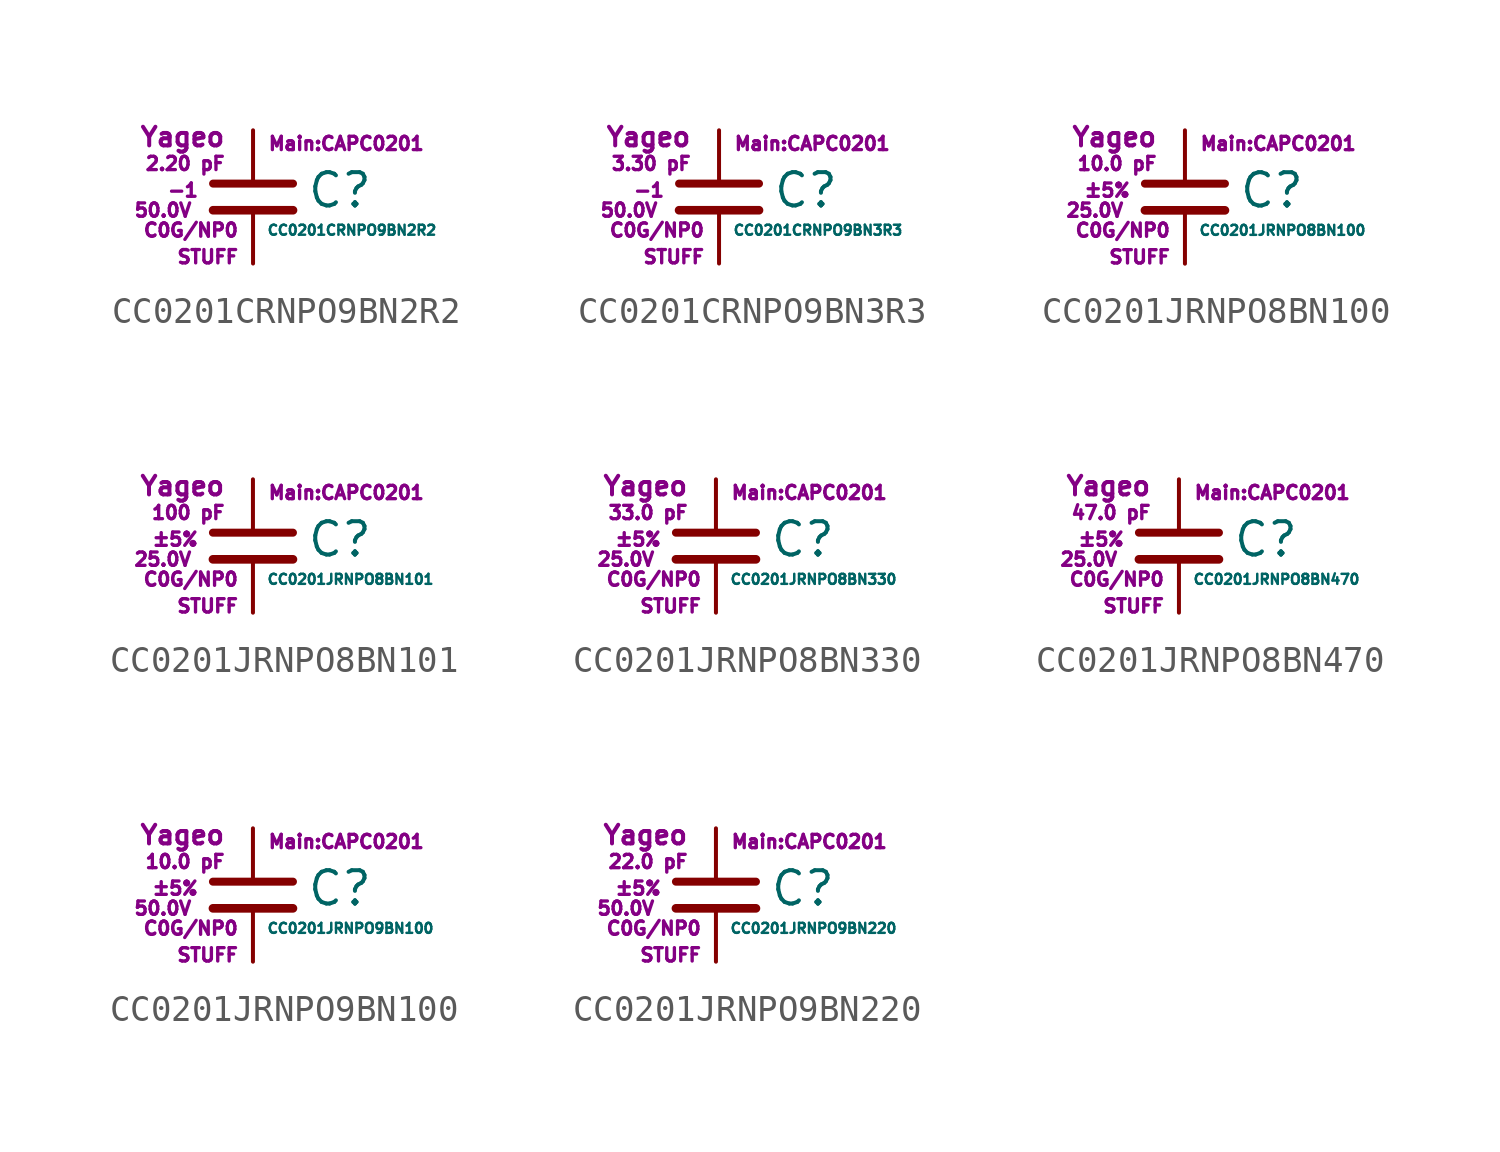
<source format=kicad_sym>
(kicad_symbol_lib
  (version 20211014)
  (generator kicad_symbol_editor)
  (symbol "CC0201CRNPO9BN2R2"
    (pin_numbers hide)
    (pin_names
      (offset 0.254) hide)
    (property "Reference" "C"
      (at 2.032 0.254 0)
      (effects (font (size 1.27 1.27)) (justify left)))
    (property "Value" "CC0201CRNPO9BN2R2"
      (at 0.508 -1.27 0)
      (effects (font (size 0.381 0.381)) (justify left)))
    (property "Footprint" "Main:CAPC0201"
      (at 3.556 2.032 0)
      (effects (font (size 0.508 0.508))))
    (property "Datasheet" ""
      (at 0.762 0.508 0)
      (effects (font (size 1.27 1.27))))
    (property "Manufacturer" "Yageo"
      (at -1.016 2.286 0)
      (effects (font (size 0.711 0.711)) (justify right)))
    (property "SKU" "STUFF"
      (at -0.508 -2.286 0)
      (effects (font (size 0.508 0.508)) (justify right)))
    (property "C" "2.20 pF"
      (at -1.016 1.27 0)
      (effects (font (size 0.508 0.508)) (justify right)))
    (property "Tol" "-1"
      (at -2.032 0.254 0)
      (effects (font (size 0.508 0.508)) (justify right)))
    (property "Vmax" "50.0V"
      (at -2.286 -0.508 0)
      (effects (font (size 0.508 0.508)) (justify right)))
    (property "Type" "C0G/NP0"
      (at -0.508 -1.27 0)
      (effects (font (size 0.508 0.508)) (justify right)))
    (symbol "CC0201CRNPO9BN2R2_0_1"
      (polyline (pts (xy -1.524 -0.508) (xy 1.524 -0.508)) (stroke (width 0.33) (type default) (color 0 0 0 0)) (fill (type none)))
      (polyline (pts (xy -1.524 0.508) (xy 1.524 0.508)) (stroke (width 0.305) (type default) (color 0 0 0 0)) (fill (type none))))
    (symbol "CC0201CRNPO9BN2R2_1_1"
      (pin passive line (at 0 2.54 270) (length 1.905) (name "~" (effects (font (size 1.016 1.016)))) (number "1" (effects (font (size 1.016 1.016)))))
      (pin passive line (at 0 -2.54 90) (length 2.032) (name "~" (effects (font (size 1.016 1.016)))) (number "2" (effects (font (size 1.016 1.016)))))))
  (symbol "CC0201CRNPO9BN3R3"
    (pin_numbers hide)
    (pin_names
      (offset 0.254) hide)
    (property "Reference" "C"
      (at 2.032 0.254 0)
      (effects (font (size 1.27 1.27)) (justify left)))
    (property "Value" "CC0201CRNPO9BN3R3"
      (at 0.508 -1.27 0)
      (effects (font (size 0.381 0.381)) (justify left)))
    (property "Footprint" "Main:CAPC0201"
      (at 3.556 2.032 0)
      (effects (font (size 0.508 0.508))))
    (property "Datasheet" ""
      (at 0.762 0.508 0)
      (effects (font (size 1.27 1.27))))
    (property "Manufacturer" "Yageo"
      (at -1.016 2.286 0)
      (effects (font (size 0.711 0.711)) (justify right)))
    (property "SKU" "STUFF"
      (at -0.508 -2.286 0)
      (effects (font (size 0.508 0.508)) (justify right)))
    (property "C" "3.30 pF"
      (at -1.016 1.27 0)
      (effects (font (size 0.508 0.508)) (justify right)))
    (property "Tol" "-1"
      (at -2.032 0.254 0)
      (effects (font (size 0.508 0.508)) (justify right)))
    (property "Vmax" "50.0V"
      (at -2.286 -0.508 0)
      (effects (font (size 0.508 0.508)) (justify right)))
    (property "Type" "C0G/NP0"
      (at -0.508 -1.27 0)
      (effects (font (size 0.508 0.508)) (justify right)))
    (symbol "CC0201CRNPO9BN3R3_0_1"
      (polyline (pts (xy -1.524 -0.508) (xy 1.524 -0.508)) (stroke (width 0.33) (type default) (color 0 0 0 0)) (fill (type none)))
      (polyline (pts (xy -1.524 0.508) (xy 1.524 0.508)) (stroke (width 0.305) (type default) (color 0 0 0 0)) (fill (type none))))
    (symbol "CC0201CRNPO9BN3R3_1_1"
      (pin passive line (at 0 2.54 270) (length 1.905) (name "~" (effects (font (size 1.016 1.016)))) (number "1" (effects (font (size 1.016 1.016)))))
      (pin passive line (at 0 -2.54 90) (length 2.032) (name "~" (effects (font (size 1.016 1.016)))) (number "2" (effects (font (size 1.016 1.016)))))))
  (symbol "CC0201JRNPO8BN100"
    (pin_numbers hide)
    (pin_names
      (offset 0.254) hide)
    (property "Reference" "C"
      (at 2.032 0.254 0)
      (effects (font (size 1.27 1.27)) (justify left)))
    (property "Value" "CC0201JRNPO8BN100"
      (at 0.508 -1.27 0)
      (effects (font (size 0.381 0.381)) (justify left)))
    (property "Footprint" "Main:CAPC0201"
      (at 3.556 2.032 0)
      (effects (font (size 0.508 0.508))))
    (property "Datasheet" ""
      (at 0.762 0.508 0)
      (effects (font (size 1.27 1.27))))
    (property "Manufacturer" "Yageo"
      (at -1.016 2.286 0)
      (effects (font (size 0.711 0.711)) (justify right)))
    (property "SKU" "STUFF"
      (at -0.508 -2.286 0)
      (effects (font (size 0.508 0.508)) (justify right)))
    (property "C" "10.0 pF"
      (at -1.016 1.27 0)
      (effects (font (size 0.508 0.508)) (justify right)))
    (property "Tol" "±5%"
      (at -2.032 0.254 0)
      (effects (font (size 0.508 0.508)) (justify right)))
    (property "Vmax" "25.0V"
      (at -2.286 -0.508 0)
      (effects (font (size 0.508 0.508)) (justify right)))
    (property "Type" "C0G/NP0"
      (at -0.508 -1.27 0)
      (effects (font (size 0.508 0.508)) (justify right)))
    (symbol "CC0201JRNPO8BN100_0_1"
      (polyline (pts (xy -1.524 -0.508) (xy 1.524 -0.508)) (stroke (width 0.33) (type default) (color 0 0 0 0)) (fill (type none)))
      (polyline (pts (xy -1.524 0.508) (xy 1.524 0.508)) (stroke (width 0.305) (type default) (color 0 0 0 0)) (fill (type none))))
    (symbol "CC0201JRNPO8BN100_1_1"
      (pin passive line (at 0 2.54 270) (length 1.905) (name "~" (effects (font (size 1.016 1.016)))) (number "1" (effects (font (size 1.016 1.016)))))
      (pin passive line (at 0 -2.54 90) (length 2.032) (name "~" (effects (font (size 1.016 1.016)))) (number "2" (effects (font (size 1.016 1.016)))))))
  (symbol "CC0201JRNPO8BN101"
    (pin_numbers hide)
    (pin_names
      (offset 0.254) hide)
    (property "Reference" "C"
      (at 2.032 0.254 0)
      (effects (font (size 1.27 1.27)) (justify left)))
    (property "Value" "CC0201JRNPO8BN101"
      (at 0.508 -1.27 0)
      (effects (font (size 0.381 0.381)) (justify left)))
    (property "Footprint" "Main:CAPC0201"
      (at 3.556 2.032 0)
      (effects (font (size 0.508 0.508))))
    (property "Datasheet" ""
      (at 0.762 0.508 0)
      (effects (font (size 1.27 1.27))))
    (property "Manufacturer" "Yageo"
      (at -1.016 2.286 0)
      (effects (font (size 0.711 0.711)) (justify right)))
    (property "SKU" "STUFF"
      (at -0.508 -2.286 0)
      (effects (font (size 0.508 0.508)) (justify right)))
    (property "C" "100 pF"
      (at -1.016 1.27 0)
      (effects (font (size 0.508 0.508)) (justify right)))
    (property "Tol" "±5%"
      (at -2.032 0.254 0)
      (effects (font (size 0.508 0.508)) (justify right)))
    (property "Vmax" "25.0V"
      (at -2.286 -0.508 0)
      (effects (font (size 0.508 0.508)) (justify right)))
    (property "Type" "C0G/NP0"
      (at -0.508 -1.27 0)
      (effects (font (size 0.508 0.508)) (justify right)))
    (symbol "CC0201JRNPO8BN101_0_1"
      (polyline (pts (xy -1.524 -0.508) (xy 1.524 -0.508)) (stroke (width 0.33) (type default) (color 0 0 0 0)) (fill (type none)))
      (polyline (pts (xy -1.524 0.508) (xy 1.524 0.508)) (stroke (width 0.305) (type default) (color 0 0 0 0)) (fill (type none))))
    (symbol "CC0201JRNPO8BN101_1_1"
      (pin passive line (at 0 2.54 270) (length 1.905) (name "~" (effects (font (size 1.016 1.016)))) (number "1" (effects (font (size 1.016 1.016)))))
      (pin passive line (at 0 -2.54 90) (length 2.032) (name "~" (effects (font (size 1.016 1.016)))) (number "2" (effects (font (size 1.016 1.016)))))))
  (symbol "CC0201JRNPO8BN330"
    (pin_numbers hide)
    (pin_names
      (offset 0.254) hide)
    (property "Reference" "C"
      (at 2.032 0.254 0)
      (effects (font (size 1.27 1.27)) (justify left)))
    (property "Value" "CC0201JRNPO8BN330"
      (at 0.508 -1.27 0)
      (effects (font (size 0.381 0.381)) (justify left)))
    (property "Footprint" "Main:CAPC0201"
      (at 3.556 2.032 0)
      (effects (font (size 0.508 0.508))))
    (property "Datasheet" ""
      (at 0.762 0.508 0)
      (effects (font (size 1.27 1.27))))
    (property "Manufacturer" "Yageo"
      (at -1.016 2.286 0)
      (effects (font (size 0.711 0.711)) (justify right)))
    (property "SKU" "STUFF"
      (at -0.508 -2.286 0)
      (effects (font (size 0.508 0.508)) (justify right)))
    (property "C" "33.0 pF"
      (at -1.016 1.27 0)
      (effects (font (size 0.508 0.508)) (justify right)))
    (property "Tol" "±5%"
      (at -2.032 0.254 0)
      (effects (font (size 0.508 0.508)) (justify right)))
    (property "Vmax" "25.0V"
      (at -2.286 -0.508 0)
      (effects (font (size 0.508 0.508)) (justify right)))
    (property "Type" "C0G/NP0"
      (at -0.508 -1.27 0)
      (effects (font (size 0.508 0.508)) (justify right)))
    (symbol "CC0201JRNPO8BN330_0_1"
      (polyline (pts (xy -1.524 -0.508) (xy 1.524 -0.508)) (stroke (width 0.33) (type default) (color 0 0 0 0)) (fill (type none)))
      (polyline (pts (xy -1.524 0.508) (xy 1.524 0.508)) (stroke (width 0.305) (type default) (color 0 0 0 0)) (fill (type none))))
    (symbol "CC0201JRNPO8BN330_1_1"
      (pin passive line (at 0 2.54 270) (length 1.905) (name "~" (effects (font (size 1.016 1.016)))) (number "1" (effects (font (size 1.016 1.016)))))
      (pin passive line (at 0 -2.54 90) (length 2.032) (name "~" (effects (font (size 1.016 1.016)))) (number "2" (effects (font (size 1.016 1.016)))))))
  (symbol "CC0201JRNPO8BN470"
    (pin_numbers hide)
    (pin_names
      (offset 0.254) hide)
    (property "Reference" "C"
      (at 2.032 0.254 0)
      (effects (font (size 1.27 1.27)) (justify left)))
    (property "Value" "CC0201JRNPO8BN470"
      (at 0.508 -1.27 0)
      (effects (font (size 0.381 0.381)) (justify left)))
    (property "Footprint" "Main:CAPC0201"
      (at 3.556 2.032 0)
      (effects (font (size 0.508 0.508))))
    (property "Datasheet" ""
      (at 0.762 0.508 0)
      (effects (font (size 1.27 1.27))))
    (property "Manufacturer" "Yageo"
      (at -1.016 2.286 0)
      (effects (font (size 0.711 0.711)) (justify right)))
    (property "SKU" "STUFF"
      (at -0.508 -2.286 0)
      (effects (font (size 0.508 0.508)) (justify right)))
    (property "C" "47.0 pF"
      (at -1.016 1.27 0)
      (effects (font (size 0.508 0.508)) (justify right)))
    (property "Tol" "±5%"
      (at -2.032 0.254 0)
      (effects (font (size 0.508 0.508)) (justify right)))
    (property "Vmax" "25.0V"
      (at -2.286 -0.508 0)
      (effects (font (size 0.508 0.508)) (justify right)))
    (property "Type" "C0G/NP0"
      (at -0.508 -1.27 0)
      (effects (font (size 0.508 0.508)) (justify right)))
    (symbol "CC0201JRNPO8BN470_0_1"
      (polyline (pts (xy -1.524 -0.508) (xy 1.524 -0.508)) (stroke (width 0.33) (type default) (color 0 0 0 0)) (fill (type none)))
      (polyline (pts (xy -1.524 0.508) (xy 1.524 0.508)) (stroke (width 0.305) (type default) (color 0 0 0 0)) (fill (type none))))
    (symbol "CC0201JRNPO8BN470_1_1"
      (pin passive line (at 0 2.54 270) (length 1.905) (name "~" (effects (font (size 1.016 1.016)))) (number "1" (effects (font (size 1.016 1.016)))))
      (pin passive line (at 0 -2.54 90) (length 2.032) (name "~" (effects (font (size 1.016 1.016)))) (number "2" (effects (font (size 1.016 1.016)))))))
  (symbol "CC0201JRNPO9BN100"
    (pin_numbers hide)
    (pin_names
      (offset 0.254) hide)
    (property "Reference" "C"
      (at 2.032 0.254 0)
      (effects (font (size 1.27 1.27)) (justify left)))
    (property "Value" "CC0201JRNPO9BN100"
      (at 0.508 -1.27 0)
      (effects (font (size 0.381 0.381)) (justify left)))
    (property "Footprint" "Main:CAPC0201"
      (at 3.556 2.032 0)
      (effects (font (size 0.508 0.508))))
    (property "Datasheet" ""
      (at 0.762 0.508 0)
      (effects (font (size 1.27 1.27))))
    (property "Manufacturer" "Yageo"
      (at -1.016 2.286 0)
      (effects (font (size 0.711 0.711)) (justify right)))
    (property "SKU" "STUFF"
      (at -0.508 -2.286 0)
      (effects (font (size 0.508 0.508)) (justify right)))
    (property "C" "10.0 pF"
      (at -1.016 1.27 0)
      (effects (font (size 0.508 0.508)) (justify right)))
    (property "Tol" "±5%"
      (at -2.032 0.254 0)
      (effects (font (size 0.508 0.508)) (justify right)))
    (property "Vmax" "50.0V"
      (at -2.286 -0.508 0)
      (effects (font (size 0.508 0.508)) (justify right)))
    (property "Type" "C0G/NP0"
      (at -0.508 -1.27 0)
      (effects (font (size 0.508 0.508)) (justify right)))
    (symbol "CC0201JRNPO9BN100_0_1"
      (polyline (pts (xy -1.524 -0.508) (xy 1.524 -0.508)) (stroke (width 0.33) (type default) (color 0 0 0 0)) (fill (type none)))
      (polyline (pts (xy -1.524 0.508) (xy 1.524 0.508)) (stroke (width 0.305) (type default) (color 0 0 0 0)) (fill (type none))))
    (symbol "CC0201JRNPO9BN100_1_1"
      (pin passive line (at 0 2.54 270) (length 1.905) (name "~" (effects (font (size 1.016 1.016)))) (number "1" (effects (font (size 1.016 1.016)))))
      (pin passive line (at 0 -2.54 90) (length 2.032) (name "~" (effects (font (size 1.016 1.016)))) (number "2" (effects (font (size 1.016 1.016)))))))
  (symbol "CC0201JRNPO9BN220"
    (pin_numbers hide)
    (pin_names
      (offset 0.254) hide)
    (property "Reference" "C"
      (at 2.032 0.254 0)
      (effects (font (size 1.27 1.27)) (justify left)))
    (property "Value" "CC0201JRNPO9BN220"
      (at 0.508 -1.27 0)
      (effects (font (size 0.381 0.381)) (justify left)))
    (property "Footprint" "Main:CAPC0201"
      (at 3.556 2.032 0)
      (effects (font (size 0.508 0.508))))
    (property "Datasheet" ""
      (at 0.762 0.508 0)
      (effects (font (size 1.27 1.27))))
    (property "Manufacturer" "Yageo"
      (at -1.016 2.286 0)
      (effects (font (size 0.711 0.711)) (justify right)))
    (property "SKU" "STUFF"
      (at -0.508 -2.286 0)
      (effects (font (size 0.508 0.508)) (justify right)))
    (property "C" "22.0 pF"
      (at -1.016 1.27 0)
      (effects (font (size 0.508 0.508)) (justify right)))
    (property "Tol" "±5%"
      (at -2.032 0.254 0)
      (effects (font (size 0.508 0.508)) (justify right)))
    (property "Vmax" "50.0V"
      (at -2.286 -0.508 0)
      (effects (font (size 0.508 0.508)) (justify right)))
    (property "Type" "C0G/NP0"
      (at -0.508 -1.27 0)
      (effects (font (size 0.508 0.508)) (justify right)))
    (symbol "CC0201JRNPO9BN220_0_1"
      (polyline (pts (xy -1.524 -0.508) (xy 1.524 -0.508)) (stroke (width 0.33) (type default) (color 0 0 0 0)) (fill (type none)))
      (polyline (pts (xy -1.524 0.508) (xy 1.524 0.508)) (stroke (width 0.305) (type default) (color 0 0 0 0)) (fill (type none))))
    (symbol "CC0201JRNPO9BN220_1_1"
      (pin passive line (at 0 2.54 270) (length 1.905) (name "~" (effects (font (size 1.016 1.016)))) (number "1" (effects (font (size 1.016 1.016)))))
      (pin passive line (at 0 -2.54 90) (length 2.032) (name "~" (effects (font (size 1.016 1.016)))) (number "2" (effects (font (size 1.016 1.016))))))))
</source>
